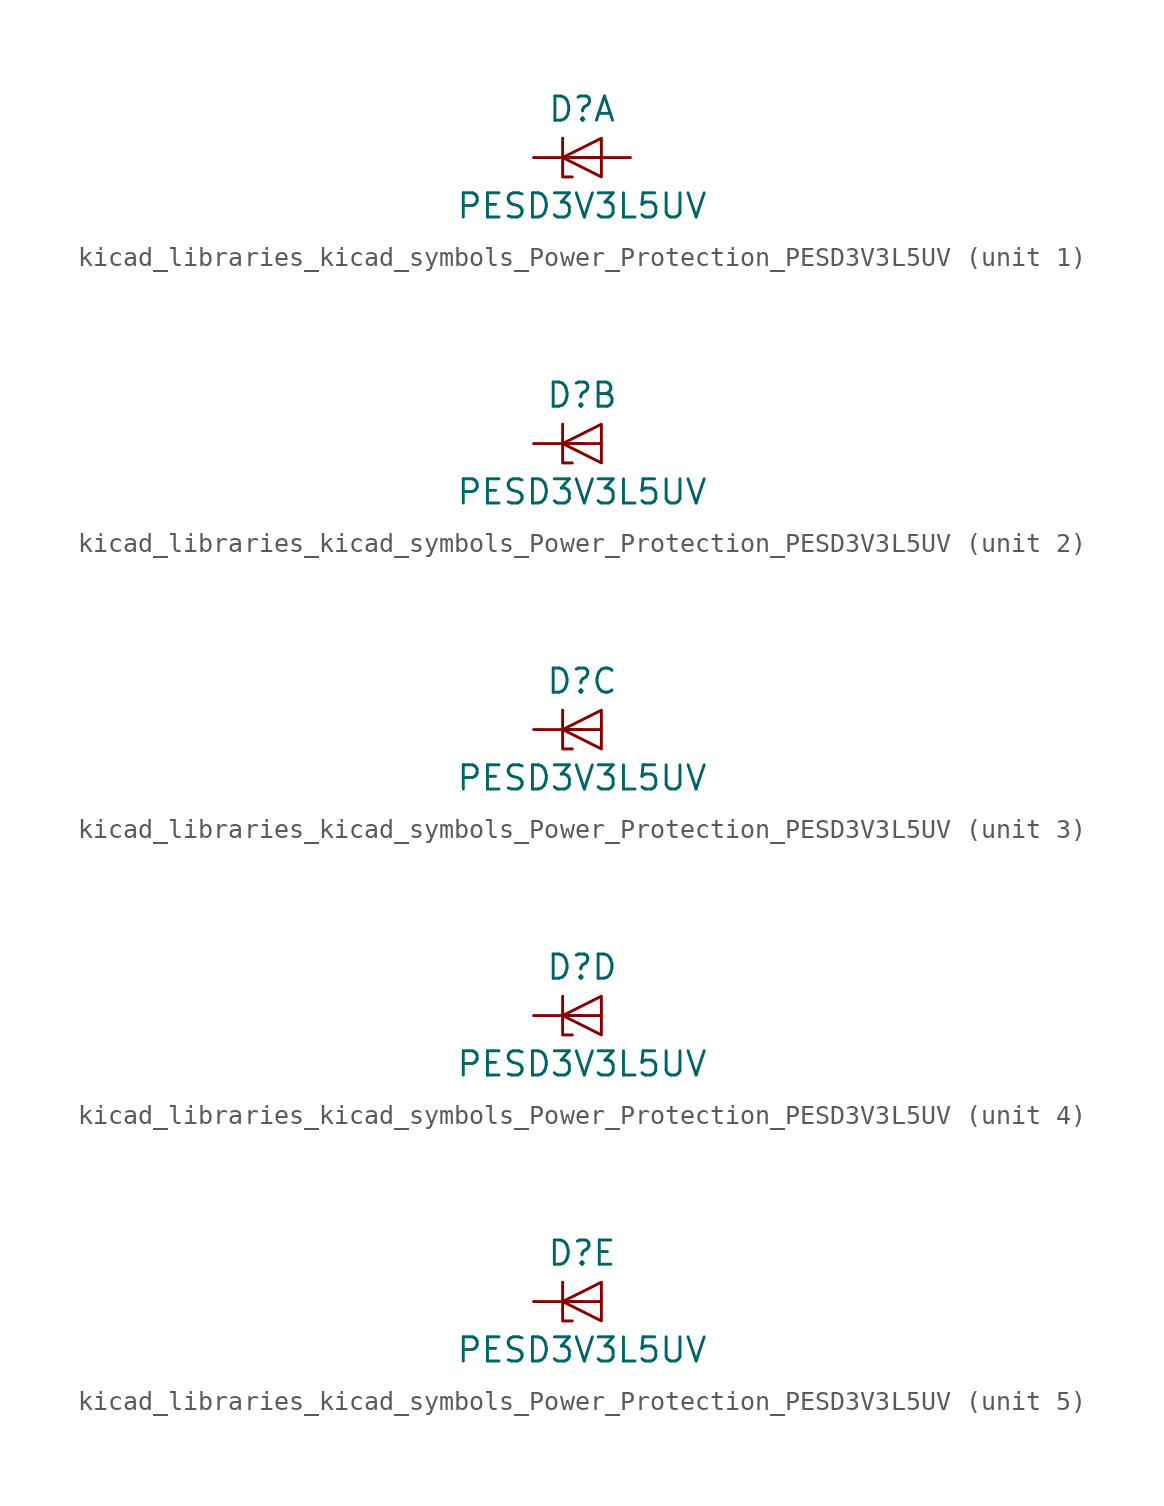
<source format=kicad_sym>
(kicad_symbol_lib
  (version 20220914)
  (generator kicad_symbol_editor)
  (symbol "kicad_libraries_kicad_symbols_Power_Protection_PESD3V3L5UV"
    (pin_numbers hide)
    (pin_names hide)
    (property "Reference" "D"
      (at 0 2.54 0)
      (effects (font (size 1.27 1.27))))
    (property "Value" "PESD3V3L5UV"
      (at 0 -2.54 0)
      (effects (font (size 1.27 1.27))))
    (property "ki_locked" ""
      (at 0 0 0)
      (effects (font (size 1.27 1.27))))
    (symbol "kicad_libraries_kicad_symbols_Power_Protection_PESD3V3L5UV_0_1"
      (polyline (pts (xy -1.016 0) (xy 1.016 0)) (stroke (width 0) (type default)) (fill (type none)))
      (polyline (pts (xy -1.016 1.016) (xy -1.016 -1.016) (xy -0.508 -1.016)) (stroke (width 0) (type default)) (fill (type none)))
      (polyline (pts (xy 1.016 1.016) (xy -1.016 0) (xy 1.016 -1.016) (xy 1.016 1.016)) (stroke (width 0) (type default)) (fill (type none))))
    (symbol "kicad_libraries_kicad_symbols_Power_Protection_PESD3V3L5UV_1_1"
      (pin passive line (at -2.54 0 0) (length 2.54) (name "K1" (effects (font (size 1.27 1.27)))) (number "1" (effects (font (size 1.27 1.27)))))
      (pin passive line (at 2.54 0 180) (length 2.54) (name "A" (effects (font (size 1.27 1.27)))) (number "2" (effects (font (size 1.27 1.27))))))
    (symbol "kicad_libraries_kicad_symbols_Power_Protection_PESD3V3L5UV_2_1"
      (pin passive line (at -2.54 0 0) (length 2.54) (name "K2" (effects (font (size 1.27 1.27)))) (number "3" (effects (font (size 1.27 1.27))))))
    (symbol "kicad_libraries_kicad_symbols_Power_Protection_PESD3V3L5UV_3_1"
      (pin passive line (at -2.54 0 0) (length 2.54) (name "K3" (effects (font (size 1.27 1.27)))) (number "4" (effects (font (size 1.27 1.27))))))
    (symbol "kicad_libraries_kicad_symbols_Power_Protection_PESD3V3L5UV_4_1"
      (pin passive line (at -2.54 0 0) (length 2.54) (name "K4" (effects (font (size 1.27 1.27)))) (number "5" (effects (font (size 1.27 1.27))))))
    (symbol "kicad_libraries_kicad_symbols_Power_Protection_PESD3V3L5UV_5_1"
      (pin passive line (at -2.54 0 0) (length 2.54) (name "K5" (effects (font (size 1.27 1.27)))) (number "6" (effects (font (size 1.27 1.27))))))))
</source>
